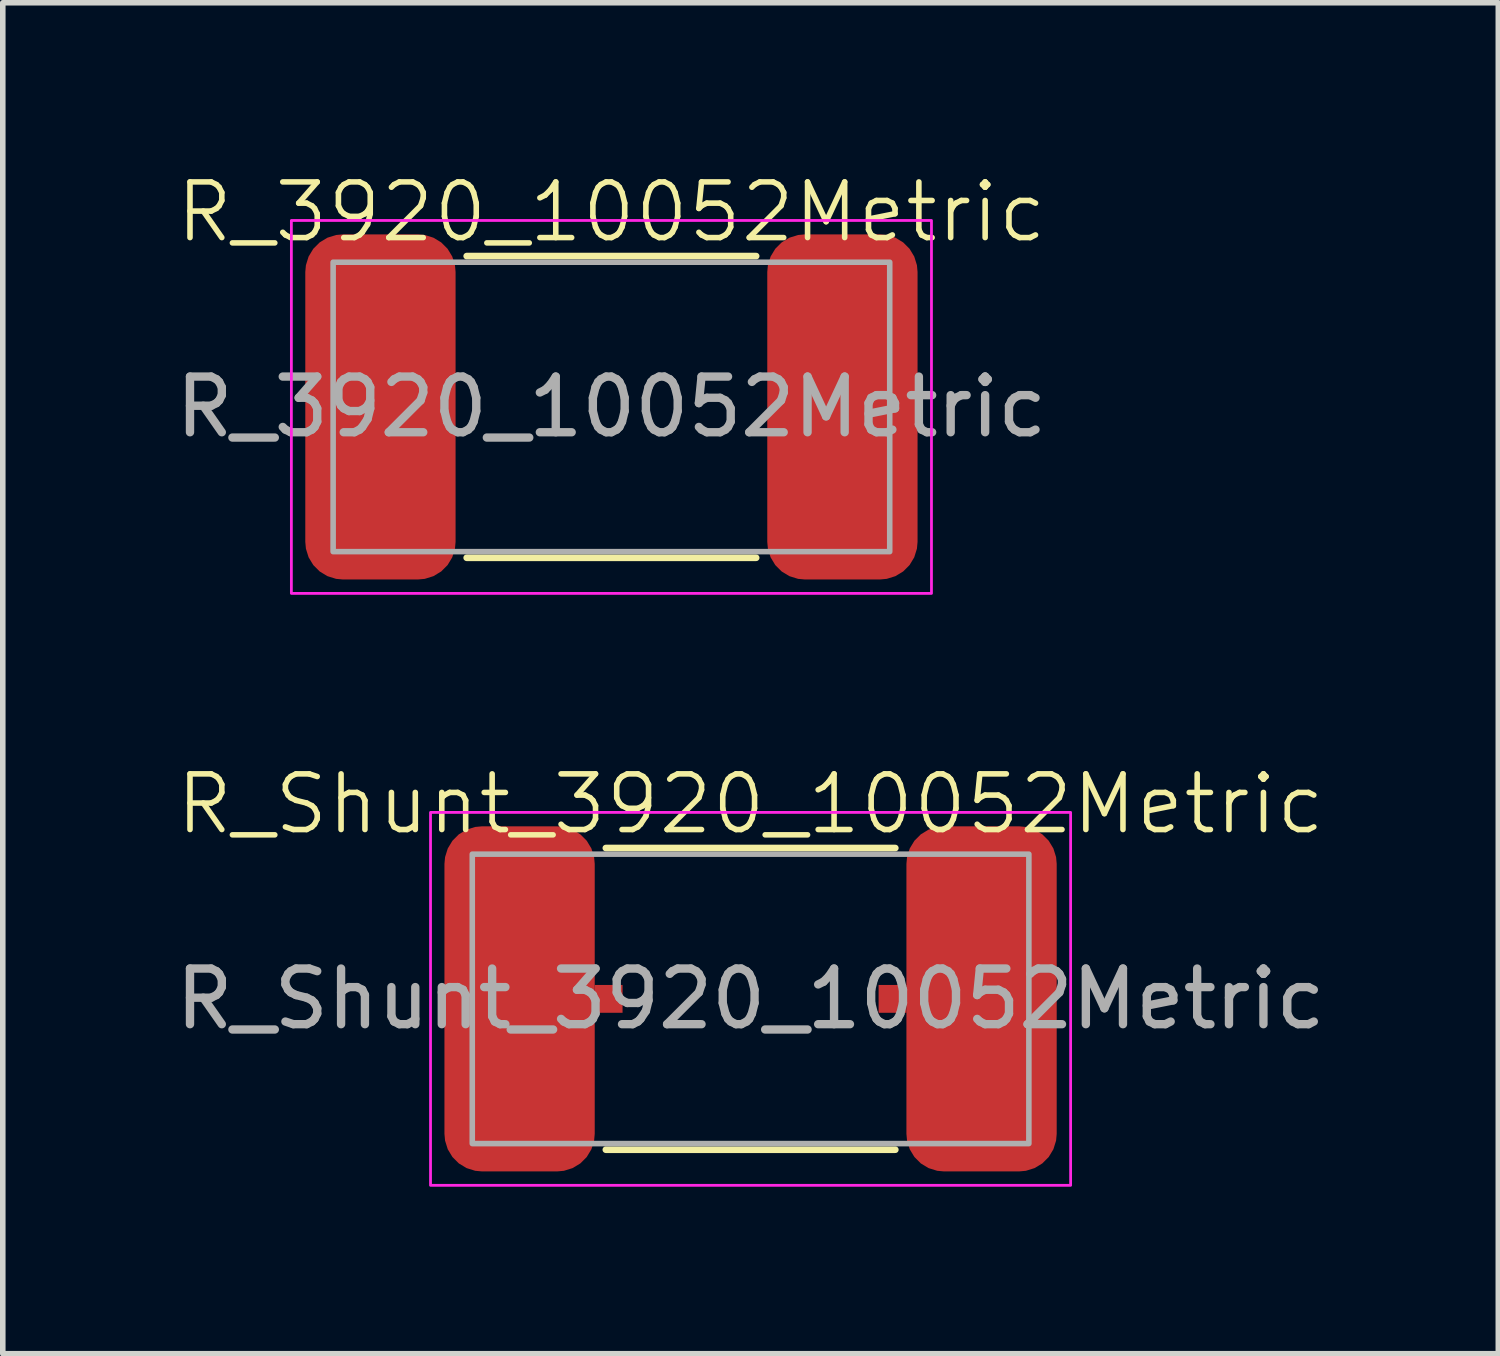
<source format=kicad_pcb>
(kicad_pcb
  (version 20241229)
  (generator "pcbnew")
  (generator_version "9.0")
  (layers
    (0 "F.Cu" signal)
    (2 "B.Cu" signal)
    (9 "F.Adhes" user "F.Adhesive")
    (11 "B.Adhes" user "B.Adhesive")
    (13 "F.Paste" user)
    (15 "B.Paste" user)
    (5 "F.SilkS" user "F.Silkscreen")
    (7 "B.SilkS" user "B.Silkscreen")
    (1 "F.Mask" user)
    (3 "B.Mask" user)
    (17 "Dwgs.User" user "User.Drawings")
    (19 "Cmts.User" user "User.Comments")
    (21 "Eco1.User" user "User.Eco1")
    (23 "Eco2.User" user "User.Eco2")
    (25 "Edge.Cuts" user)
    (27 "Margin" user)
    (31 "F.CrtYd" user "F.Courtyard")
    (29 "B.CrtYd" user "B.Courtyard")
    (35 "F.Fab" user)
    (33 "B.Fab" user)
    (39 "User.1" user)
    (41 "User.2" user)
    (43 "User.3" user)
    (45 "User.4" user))
  (footprint "R_Shunt_3920_10052Metric"
    (layer "F.Cu")
    (at 10.435 14.896)
    (property "Reference" "R_Shunt_3920_10052Metric" (at 0 -3.5 0) (unlocked yes) (layer "F.SilkS") (effects (font (size 1 1) (thickness 0.1))))
    (attr smd)
    (fp_line (start -2.6 -2.71) (end 2.6 -2.71) (stroke (width 0.12) (type default)) (layer "F.SilkS"))
    (fp_line (start -2.6 2.71) (end 2.6 2.71) (stroke (width 0.12) (type default)) (layer "F.SilkS"))
    (fp_rect (start -5 -2.6) (end -3 2.6) (stroke (width 0.1) (type solid)) (fill no) (layer "Eco1.User"))
    (fp_rect (start 3 -2.6) (end 5 2.6) (stroke (width 0.1) (type solid)) (fill no) (layer "Eco1.User"))
    (fp_rect (start -5.75 -3.35) (end 5.75 3.35) (stroke (width 0.05) (type default)) (fill no) (layer "F.CrtYd"))
    (fp_rect (start -5 -2.6) (end 5 2.6) (stroke (width 0.1) (type default)) (fill no) (layer "F.Fab"))
    (fp_text user "${REFERENCE}" (at 0 0 0) (unlocked yes) (layer "F.Fab") (effects (font (size 1 1) (thickness 0.15))))
    (pad "1" smd roundrect (at -4.15 0) (size 2.7 6.2) (layers "F.Cu" "F.Mask" "F.Paste") (roundrect_rratio 0.25))
    (pad "2" smd rect (at -2.55 0) (size 0.5 0.5) (layers "F.Cu"))
    (pad "3" smd rect (at 2.55 0) (size 0.5 0.5) (layers "F.Cu"))
    (pad "4" smd roundrect (at 4.15 0) (size 2.7 6.2) (layers "F.Cu" "F.Mask" "F.Paste") (roundrect_rratio 0.25)))
  (footprint "R_3920_10052Metric"
    (layer "F.Cu")
    (at 7.935 4.261)
    (property "Reference" "R_3920_10052Metric" (at 0 -3.5 0) (unlocked yes) (layer "F.SilkS") (effects (font (size 1 1) (thickness 0.1))))
    (attr smd)
    (fp_line (start -2.6 -2.71) (end 2.6 -2.71) (stroke (width 0.12) (type default)) (layer "F.SilkS"))
    (fp_line (start -2.6 2.71) (end 2.6 2.71) (stroke (width 0.12) (type default)) (layer "F.SilkS"))
    (fp_rect (start -3 -2.6) (end -5 2.6) (stroke (width 0.1) (type solid)) (fill no) (layer "Eco1.User"))
    (fp_rect (start 3 -2.6) (end 5 2.6) (stroke (width 0.1) (type solid)) (fill no) (layer "Eco1.User"))
    (fp_rect (start -5.75 -3.35) (end 5.75 3.35) (stroke (width 0.05) (type default)) (fill no) (layer "F.CrtYd"))
    (fp_rect (start -5 -2.6) (end 5 2.6) (stroke (width 0.1) (type default)) (fill no) (layer "F.Fab"))
    (fp_text user "${REFERENCE}" (at 0 0 0) (unlocked yes) (layer "F.Fab") (effects (font (size 1 1) (thickness 0.15))))
    (pad "1" smd roundrect (at -4.15 0) (size 2.7 6.2) (layers "F.Cu" "F.Mask" "F.Paste") (roundrect_rratio 0.25))
    (pad "2" smd roundrect (at 4.15 0) (size 2.7 6.2) (layers "F.Cu" "F.Mask" "F.Paste") (roundrect_rratio 0.25)))
  (gr_rect
    (start -3 -3)
    (end 23.869 21.271)
    (stroke (width 0.1) (type default))
    (fill no)
    (layer "Edge.Cuts")))
</source>
